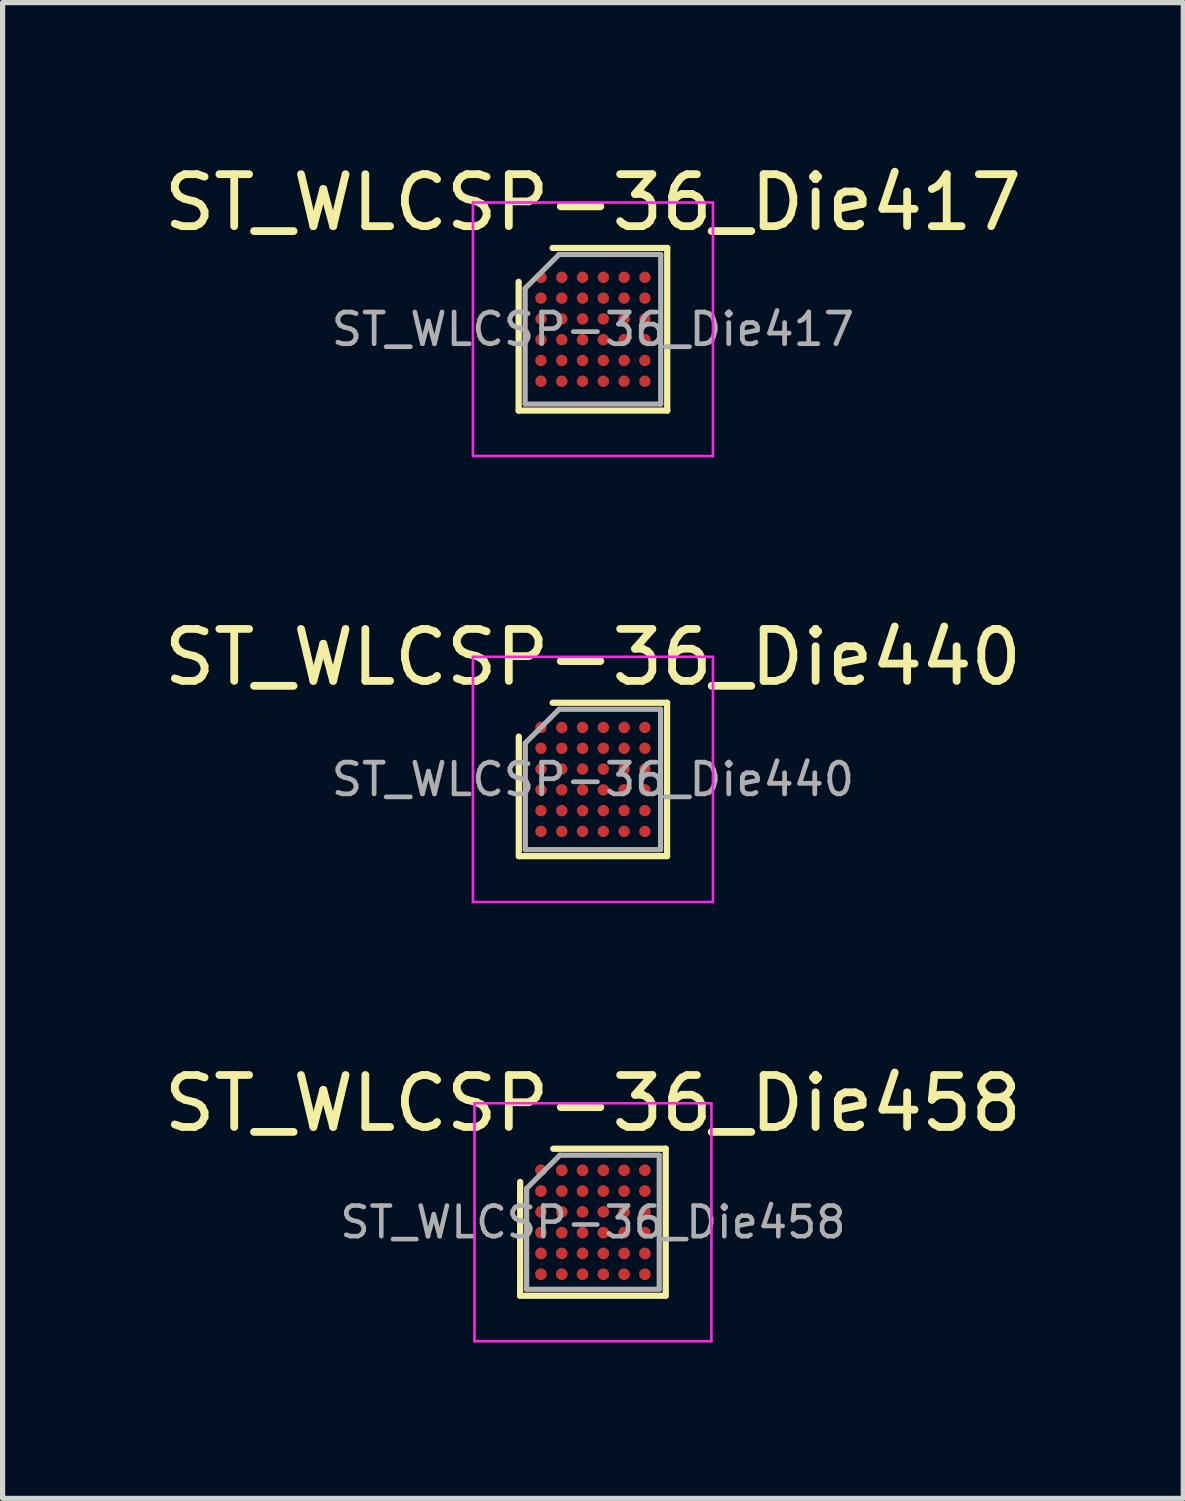
<source format=kicad_pcb>
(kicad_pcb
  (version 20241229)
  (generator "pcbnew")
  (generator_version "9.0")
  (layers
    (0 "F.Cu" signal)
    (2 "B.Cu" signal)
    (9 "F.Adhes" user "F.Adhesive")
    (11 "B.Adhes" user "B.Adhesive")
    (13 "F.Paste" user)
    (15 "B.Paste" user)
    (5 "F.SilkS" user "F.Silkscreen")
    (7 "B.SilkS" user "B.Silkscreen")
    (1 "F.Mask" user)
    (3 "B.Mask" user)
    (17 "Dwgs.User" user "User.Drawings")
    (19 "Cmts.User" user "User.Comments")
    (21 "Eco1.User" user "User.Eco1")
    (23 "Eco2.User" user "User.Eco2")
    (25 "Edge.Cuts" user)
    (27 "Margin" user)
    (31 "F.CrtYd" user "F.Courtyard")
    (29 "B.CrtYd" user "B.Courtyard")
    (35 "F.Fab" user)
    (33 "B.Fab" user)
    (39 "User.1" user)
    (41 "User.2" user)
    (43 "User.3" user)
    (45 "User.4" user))
  (footprint "ST_WLCSP-36_Die440"
    (layer "F.Cu")
    (at 8.363 11.953)
    (property "Reference" "ST_WLCSP-36_Die440" (at 0 -2.352 0) (layer "F.SilkS") (effects (font (size 1 1) (thickness 0.15))))
    (attr smd)
    (fp_line (start -1.427 1.476) (end -1.427 -0.825) (stroke (width 0.12) (type solid)) (layer "F.SilkS"))
    (fp_line (start -0.776 -1.476) (end 1.427 -1.476) (stroke (width 0.12) (type solid)) (layer "F.SilkS"))
    (fp_line (start 1.427 -1.476) (end 1.427 1.476) (stroke (width 0.12) (type solid)) (layer "F.SilkS"))
    (fp_line (start 1.427 1.476) (end -1.427 1.476) (stroke (width 0.12) (type solid)) (layer "F.SilkS"))
    (fp_line (start -2.31 -2.36) (end -2.31 2.36) (stroke (width 0.05) (type solid)) (layer "F.CrtYd"))
    (fp_line (start -2.31 2.36) (end 2.31 2.36) (stroke (width 0.05) (type solid)) (layer "F.CrtYd"))
    (fp_line (start 2.31 -2.36) (end -2.31 -2.36) (stroke (width 0.05) (type solid)) (layer "F.CrtYd"))
    (fp_line (start 2.31 2.36) (end 2.31 -2.36) (stroke (width 0.05) (type solid)) (layer "F.CrtYd"))
    (fp_line (start -1.302 -0.7) (end -0.651 -1.351) (stroke (width 0.1) (type solid)) (layer "F.Fab"))
    (fp_line (start -1.302 1.351) (end -1.302 -0.7) (stroke (width 0.1) (type solid)) (layer "F.Fab"))
    (fp_line (start -0.651 -1.351) (end 1.302 -1.351) (stroke (width 0.1) (type solid)) (layer "F.Fab"))
    (fp_line (start 1.302 -1.351) (end 1.302 1.351) (stroke (width 0.1) (type solid)) (layer "F.Fab"))
    (fp_line (start 1.302 1.351) (end -1.302 1.351) (stroke (width 0.1) (type solid)) (layer "F.Fab"))
    (fp_text user "${REFERENCE}" (at 0 0 0) (layer "F.Fab") (effects (font (size 0.61 0.61) (thickness 0.091))))
    (pad "A1" smd circle (at -1 -1) (size 0.22 0.22) (layers "F.Cu" "F.Mask" "F.Paste"))
    (pad "A2" smd circle (at -0.6 -1) (size 0.22 0.22) (layers "F.Cu" "F.Mask" "F.Paste"))
    (pad "A3" smd circle (at -0.2 -1) (size 0.22 0.22) (layers "F.Cu" "F.Mask" "F.Paste"))
    (pad "A4" smd circle (at 0.2 -1) (size 0.22 0.22) (layers "F.Cu" "F.Mask" "F.Paste"))
    (pad "A5" smd circle (at 0.6 -1) (size 0.22 0.22) (layers "F.Cu" "F.Mask" "F.Paste"))
    (pad "A6" smd circle (at 1 -1) (size 0.22 0.22) (layers "F.Cu" "F.Mask" "F.Paste"))
    (pad "B1" smd circle (at -1 -0.6) (size 0.22 0.22) (layers "F.Cu" "F.Mask" "F.Paste"))
    (pad "B2" smd circle (at -0.6 -0.6) (size 0.22 0.22) (layers "F.Cu" "F.Mask" "F.Paste"))
    (pad "B3" smd circle (at -0.2 -0.6) (size 0.22 0.22) (layers "F.Cu" "F.Mask" "F.Paste"))
    (pad "B4" smd circle (at 0.2 -0.6) (size 0.22 0.22) (layers "F.Cu" "F.Mask" "F.Paste"))
    (pad "B5" smd circle (at 0.6 -0.6) (size 0.22 0.22) (layers "F.Cu" "F.Mask" "F.Paste"))
    (pad "B6" smd circle (at 1 -0.6) (size 0.22 0.22) (layers "F.Cu" "F.Mask" "F.Paste"))
    (pad "C1" smd circle (at -1 -0.2) (size 0.22 0.22) (layers "F.Cu" "F.Mask" "F.Paste"))
    (pad "C2" smd circle (at -0.6 -0.2) (size 0.22 0.22) (layers "F.Cu" "F.Mask" "F.Paste"))
    (pad "C3" smd circle (at -0.2 -0.2) (size 0.22 0.22) (layers "F.Cu" "F.Mask" "F.Paste"))
    (pad "C4" smd circle (at 0.2 -0.2) (size 0.22 0.22) (layers "F.Cu" "F.Mask" "F.Paste"))
    (pad "C5" smd circle (at 0.6 -0.2) (size 0.22 0.22) (layers "F.Cu" "F.Mask" "F.Paste"))
    (pad "C6" smd circle (at 1 -0.2) (size 0.22 0.22) (layers "F.Cu" "F.Mask" "F.Paste"))
    (pad "D1" smd circle (at -1 0.2) (size 0.22 0.22) (layers "F.Cu" "F.Mask" "F.Paste"))
    (pad "D2" smd circle (at -0.6 0.2) (size 0.22 0.22) (layers "F.Cu" "F.Mask" "F.Paste"))
    (pad "D3" smd circle (at -0.2 0.2) (size 0.22 0.22) (layers "F.Cu" "F.Mask" "F.Paste"))
    (pad "D4" smd circle (at 0.2 0.2) (size 0.22 0.22) (layers "F.Cu" "F.Mask" "F.Paste"))
    (pad "D5" smd circle (at 0.6 0.2) (size 0.22 0.22) (layers "F.Cu" "F.Mask" "F.Paste"))
    (pad "D6" smd circle (at 1 0.2) (size 0.22 0.22) (layers "F.Cu" "F.Mask" "F.Paste"))
    (pad "E1" smd circle (at -1 0.6) (size 0.22 0.22) (layers "F.Cu" "F.Mask" "F.Paste"))
    (pad "E2" smd circle (at -0.6 0.6) (size 0.22 0.22) (layers "F.Cu" "F.Mask" "F.Paste"))
    (pad "E3" smd circle (at -0.2 0.6) (size 0.22 0.22) (layers "F.Cu" "F.Mask" "F.Paste"))
    (pad "E4" smd circle (at 0.2 0.6) (size 0.22 0.22) (layers "F.Cu" "F.Mask" "F.Paste"))
    (pad "E5" smd circle (at 0.6 0.6) (size 0.22 0.22) (layers "F.Cu" "F.Mask" "F.Paste"))
    (pad "E6" smd circle (at 1 0.6) (size 0.22 0.22) (layers "F.Cu" "F.Mask" "F.Paste"))
    (pad "F1" smd circle (at -1 1) (size 0.22 0.22) (layers "F.Cu" "F.Mask" "F.Paste"))
    (pad "F2" smd circle (at -0.6 1) (size 0.22 0.22) (layers "F.Cu" "F.Mask" "F.Paste"))
    (pad "F3" smd circle (at -0.2 1) (size 0.22 0.22) (layers "F.Cu" "F.Mask" "F.Paste"))
    (pad "F4" smd circle (at 0.2 1) (size 0.22 0.22) (layers "F.Cu" "F.Mask" "F.Paste"))
    (pad "F5" smd circle (at 0.6 1) (size 0.22 0.22) (layers "F.Cu" "F.Mask" "F.Paste"))
    (pad "F6" smd circle (at 1 1) (size 0.22 0.22) (layers "F.Cu" "F.Mask" "F.Paste")))
  (footprint "ST_WLCSP-36_Die458"
    (layer "F.Cu")
    (at 8.363 20.476)
    (property "Reference" "ST_WLCSP-36_Die458" (at 0 -2.289 0) (layer "F.SilkS") (effects (font (size 1 1) (thickness 0.15))))
    (attr smd)
    (fp_line (start -1.401 1.415) (end -1.401 -0.776) (stroke (width 0.12) (type solid)) (layer "F.SilkS"))
    (fp_line (start -0.763 -1.415) (end 1.401 -1.415) (stroke (width 0.12) (type solid)) (layer "F.SilkS"))
    (fp_line (start 1.401 -1.415) (end 1.401 1.415) (stroke (width 0.12) (type solid)) (layer "F.SilkS"))
    (fp_line (start 1.401 1.415) (end -1.401 1.415) (stroke (width 0.12) (type solid)) (layer "F.SilkS"))
    (fp_line (start -2.28 -2.29) (end -2.28 2.29) (stroke (width 0.05) (type solid)) (layer "F.CrtYd"))
    (fp_line (start -2.28 2.29) (end 2.28 2.29) (stroke (width 0.05) (type solid)) (layer "F.CrtYd"))
    (fp_line (start 2.28 -2.29) (end -2.28 -2.29) (stroke (width 0.05) (type solid)) (layer "F.CrtYd"))
    (fp_line (start 2.28 2.29) (end 2.28 -2.29) (stroke (width 0.05) (type solid)) (layer "F.CrtYd"))
    (fp_line (start -1.276 -0.651) (end -0.638 -1.29) (stroke (width 0.1) (type solid)) (layer "F.Fab"))
    (fp_line (start -1.276 1.29) (end -1.276 -0.651) (stroke (width 0.1) (type solid)) (layer "F.Fab"))
    (fp_line (start -0.638 -1.29) (end 1.276 -1.29) (stroke (width 0.1) (type solid)) (layer "F.Fab"))
    (fp_line (start 1.276 -1.29) (end 1.276 1.29) (stroke (width 0.1) (type solid)) (layer "F.Fab"))
    (fp_line (start 1.276 1.29) (end -1.276 1.29) (stroke (width 0.1) (type solid)) (layer "F.Fab"))
    (fp_text user "${REFERENCE}" (at 0 0 0) (layer "F.Fab") (effects (font (size 0.59 0.59) (thickness 0.088))))
    (pad "A1" smd circle (at -1 -1) (size 0.225 0.225) (layers "F.Cu" "F.Mask" "F.Paste"))
    (pad "A2" smd circle (at -0.6 -1) (size 0.225 0.225) (layers "F.Cu" "F.Mask" "F.Paste"))
    (pad "A3" smd circle (at -0.2 -1) (size 0.225 0.225) (layers "F.Cu" "F.Mask" "F.Paste"))
    (pad "A4" smd circle (at 0.2 -1) (size 0.225 0.225) (layers "F.Cu" "F.Mask" "F.Paste"))
    (pad "A5" smd circle (at 0.6 -1) (size 0.225 0.225) (layers "F.Cu" "F.Mask" "F.Paste"))
    (pad "A6" smd circle (at 1 -1) (size 0.225 0.225) (layers "F.Cu" "F.Mask" "F.Paste"))
    (pad "B1" smd circle (at -1 -0.6) (size 0.225 0.225) (layers "F.Cu" "F.Mask" "F.Paste"))
    (pad "B2" smd circle (at -0.6 -0.6) (size 0.225 0.225) (layers "F.Cu" "F.Mask" "F.Paste"))
    (pad "B3" smd circle (at -0.2 -0.6) (size 0.225 0.225) (layers "F.Cu" "F.Mask" "F.Paste"))
    (pad "B4" smd circle (at 0.2 -0.6) (size 0.225 0.225) (layers "F.Cu" "F.Mask" "F.Paste"))
    (pad "B5" smd circle (at 0.6 -0.6) (size 0.225 0.225) (layers "F.Cu" "F.Mask" "F.Paste"))
    (pad "B6" smd circle (at 1 -0.6) (size 0.225 0.225) (layers "F.Cu" "F.Mask" "F.Paste"))
    (pad "C1" smd circle (at -1 -0.2) (size 0.225 0.225) (layers "F.Cu" "F.Mask" "F.Paste"))
    (pad "C2" smd circle (at -0.6 -0.2) (size 0.225 0.225) (layers "F.Cu" "F.Mask" "F.Paste"))
    (pad "C3" smd circle (at -0.2 -0.2) (size 0.225 0.225) (layers "F.Cu" "F.Mask" "F.Paste"))
    (pad "C4" smd circle (at 0.2 -0.2) (size 0.225 0.225) (layers "F.Cu" "F.Mask" "F.Paste"))
    (pad "C5" smd circle (at 0.6 -0.2) (size 0.225 0.225) (layers "F.Cu" "F.Mask" "F.Paste"))
    (pad "C6" smd circle (at 1 -0.2) (size 0.225 0.225) (layers "F.Cu" "F.Mask" "F.Paste"))
    (pad "D1" smd circle (at -1 0.2) (size 0.225 0.225) (layers "F.Cu" "F.Mask" "F.Paste"))
    (pad "D2" smd circle (at -0.6 0.2) (size 0.225 0.225) (layers "F.Cu" "F.Mask" "F.Paste"))
    (pad "D3" smd circle (at -0.2 0.2) (size 0.225 0.225) (layers "F.Cu" "F.Mask" "F.Paste"))
    (pad "D4" smd circle (at 0.2 0.2) (size 0.225 0.225) (layers "F.Cu" "F.Mask" "F.Paste"))
    (pad "D5" smd circle (at 0.6 0.2) (size 0.225 0.225) (layers "F.Cu" "F.Mask" "F.Paste"))
    (pad "D6" smd circle (at 1 0.2) (size 0.225 0.225) (layers "F.Cu" "F.Mask" "F.Paste"))
    (pad "E1" smd circle (at -1 0.6) (size 0.225 0.225) (layers "F.Cu" "F.Mask" "F.Paste"))
    (pad "E2" smd circle (at -0.6 0.6) (size 0.225 0.225) (layers "F.Cu" "F.Mask" "F.Paste"))
    (pad "E3" smd circle (at -0.2 0.6) (size 0.225 0.225) (layers "F.Cu" "F.Mask" "F.Paste"))
    (pad "E4" smd circle (at 0.2 0.6) (size 0.225 0.225) (layers "F.Cu" "F.Mask" "F.Paste"))
    (pad "E5" smd circle (at 0.6 0.6) (size 0.225 0.225) (layers "F.Cu" "F.Mask" "F.Paste"))
    (pad "E6" smd circle (at 1 0.6) (size 0.225 0.225) (layers "F.Cu" "F.Mask" "F.Paste"))
    (pad "F1" smd circle (at -1 1) (size 0.225 0.225) (layers "F.Cu" "F.Mask" "F.Paste"))
    (pad "F2" smd circle (at -0.6 1) (size 0.225 0.225) (layers "F.Cu" "F.Mask" "F.Paste"))
    (pad "F3" smd circle (at -0.2 1) (size 0.225 0.225) (layers "F.Cu" "F.Mask" "F.Paste"))
    (pad "F4" smd circle (at 0.2 1) (size 0.225 0.225) (layers "F.Cu" "F.Mask" "F.Paste"))
    (pad "F5" smd circle (at 0.6 1) (size 0.225 0.225) (layers "F.Cu" "F.Mask" "F.Paste"))
    (pad "F6" smd circle (at 1 1) (size 0.225 0.225) (layers "F.Cu" "F.Mask" "F.Paste")))
  (footprint "ST_WLCSP-36_Die417"
    (layer "F.Cu")
    (at 8.363 3.288)
    (property "Reference" "ST_WLCSP-36_Die417" (at 0 -2.44 0) (layer "F.SilkS") (effects (font (size 1 1) (thickness 0.15))))
    (attr smd)
    (fp_line (start -1.43 1.565) (end -1.43 -0.912) (stroke (width 0.12) (type solid)) (layer "F.SilkS"))
    (fp_line (start -0.777 -1.565) (end 1.43 -1.565) (stroke (width 0.12) (type solid)) (layer "F.SilkS"))
    (fp_line (start 1.43 -1.565) (end 1.43 1.565) (stroke (width 0.12) (type solid)) (layer "F.SilkS"))
    (fp_line (start 1.43 1.565) (end -1.43 1.565) (stroke (width 0.12) (type solid)) (layer "F.SilkS"))
    (fp_line (start -2.31 -2.44) (end -2.31 2.44) (stroke (width 0.05) (type solid)) (layer "F.CrtYd"))
    (fp_line (start -2.31 2.44) (end 2.31 2.44) (stroke (width 0.05) (type solid)) (layer "F.CrtYd"))
    (fp_line (start 2.31 -2.44) (end -2.31 -2.44) (stroke (width 0.05) (type solid)) (layer "F.CrtYd"))
    (fp_line (start 2.31 2.44) (end 2.31 -2.44) (stroke (width 0.05) (type solid)) (layer "F.CrtYd"))
    (fp_line (start -1.305 -0.787) (end -0.652 -1.44) (stroke (width 0.1) (type solid)) (layer "F.Fab"))
    (fp_line (start -1.305 1.44) (end -1.305 -0.787) (stroke (width 0.1) (type solid)) (layer "F.Fab"))
    (fp_line (start -0.652 -1.44) (end 1.305 -1.44) (stroke (width 0.1) (type solid)) (layer "F.Fab"))
    (fp_line (start 1.305 -1.44) (end 1.305 1.44) (stroke (width 0.1) (type solid)) (layer "F.Fab"))
    (fp_line (start 1.305 1.44) (end -1.305 1.44) (stroke (width 0.1) (type solid)) (layer "F.Fab"))
    (fp_text user "${REFERENCE}" (at 0 0 0) (layer "F.Fab") (effects (font (size 0.61 0.61) (thickness 0.091))))
    (pad "A1" smd circle (at -1 -1) (size 0.22 0.22) (layers "F.Cu" "F.Mask" "F.Paste"))
    (pad "A2" smd circle (at -0.6 -1) (size 0.22 0.22) (layers "F.Cu" "F.Mask" "F.Paste"))
    (pad "A3" smd circle (at -0.2 -1) (size 0.22 0.22) (layers "F.Cu" "F.Mask" "F.Paste"))
    (pad "A4" smd circle (at 0.2 -1) (size 0.22 0.22) (layers "F.Cu" "F.Mask" "F.Paste"))
    (pad "A5" smd circle (at 0.6 -1) (size 0.22 0.22) (layers "F.Cu" "F.Mask" "F.Paste"))
    (pad "A6" smd circle (at 1 -1) (size 0.22 0.22) (layers "F.Cu" "F.Mask" "F.Paste"))
    (pad "B1" smd circle (at -1 -0.6) (size 0.22 0.22) (layers "F.Cu" "F.Mask" "F.Paste"))
    (pad "B2" smd circle (at -0.6 -0.6) (size 0.22 0.22) (layers "F.Cu" "F.Mask" "F.Paste"))
    (pad "B3" smd circle (at -0.2 -0.6) (size 0.22 0.22) (layers "F.Cu" "F.Mask" "F.Paste"))
    (pad "B4" smd circle (at 0.2 -0.6) (size 0.22 0.22) (layers "F.Cu" "F.Mask" "F.Paste"))
    (pad "B5" smd circle (at 0.6 -0.6) (size 0.22 0.22) (layers "F.Cu" "F.Mask" "F.Paste"))
    (pad "B6" smd circle (at 1 -0.6) (size 0.22 0.22) (layers "F.Cu" "F.Mask" "F.Paste"))
    (pad "C1" smd circle (at -1 -0.2) (size 0.22 0.22) (layers "F.Cu" "F.Mask" "F.Paste"))
    (pad "C2" smd circle (at -0.6 -0.2) (size 0.22 0.22) (layers "F.Cu" "F.Mask" "F.Paste"))
    (pad "C3" smd circle (at -0.2 -0.2) (size 0.22 0.22) (layers "F.Cu" "F.Mask" "F.Paste"))
    (pad "C4" smd circle (at 0.2 -0.2) (size 0.22 0.22) (layers "F.Cu" "F.Mask" "F.Paste"))
    (pad "C5" smd circle (at 0.6 -0.2) (size 0.22 0.22) (layers "F.Cu" "F.Mask" "F.Paste"))
    (pad "C6" smd circle (at 1 -0.2) (size 0.22 0.22) (layers "F.Cu" "F.Mask" "F.Paste"))
    (pad "D1" smd circle (at -1 0.2) (size 0.22 0.22) (layers "F.Cu" "F.Mask" "F.Paste"))
    (pad "D2" smd circle (at -0.6 0.2) (size 0.22 0.22) (layers "F.Cu" "F.Mask" "F.Paste"))
    (pad "D3" smd circle (at -0.2 0.2) (size 0.22 0.22) (layers "F.Cu" "F.Mask" "F.Paste"))
    (pad "D4" smd circle (at 0.2 0.2) (size 0.22 0.22) (layers "F.Cu" "F.Mask" "F.Paste"))
    (pad "D5" smd circle (at 0.6 0.2) (size 0.22 0.22) (layers "F.Cu" "F.Mask" "F.Paste"))
    (pad "D6" smd circle (at 1 0.2) (size 0.22 0.22) (layers "F.Cu" "F.Mask" "F.Paste"))
    (pad "E1" smd circle (at -1 0.6) (size 0.22 0.22) (layers "F.Cu" "F.Mask" "F.Paste"))
    (pad "E2" smd circle (at -0.6 0.6) (size 0.22 0.22) (layers "F.Cu" "F.Mask" "F.Paste"))
    (pad "E3" smd circle (at -0.2 0.6) (size 0.22 0.22) (layers "F.Cu" "F.Mask" "F.Paste"))
    (pad "E4" smd circle (at 0.2 0.6) (size 0.22 0.22) (layers "F.Cu" "F.Mask" "F.Paste"))
    (pad "E5" smd circle (at 0.6 0.6) (size 0.22 0.22) (layers "F.Cu" "F.Mask" "F.Paste"))
    (pad "E6" smd circle (at 1 0.6) (size 0.22 0.22) (layers "F.Cu" "F.Mask" "F.Paste"))
    (pad "F1" smd circle (at -1 1) (size 0.22 0.22) (layers "F.Cu" "F.Mask" "F.Paste"))
    (pad "F2" smd circle (at -0.6 1) (size 0.22 0.22) (layers "F.Cu" "F.Mask" "F.Paste"))
    (pad "F3" smd circle (at -0.2 1) (size 0.22 0.22) (layers "F.Cu" "F.Mask" "F.Paste"))
    (pad "F4" smd circle (at 0.2 1) (size 0.22 0.22) (layers "F.Cu" "F.Mask" "F.Paste"))
    (pad "F5" smd circle (at 0.6 1) (size 0.22 0.22) (layers "F.Cu" "F.Mask" "F.Paste"))
    (pad "F6" smd circle (at 1 1) (size 0.22 0.22) (layers "F.Cu" "F.Mask" "F.Paste")))
  (gr_rect
    (start -3 -3)
    (end 19.726 25.791)
    (stroke (width 0.1) (type default))
    (fill no)
    (layer "Edge.Cuts")))
</source>
